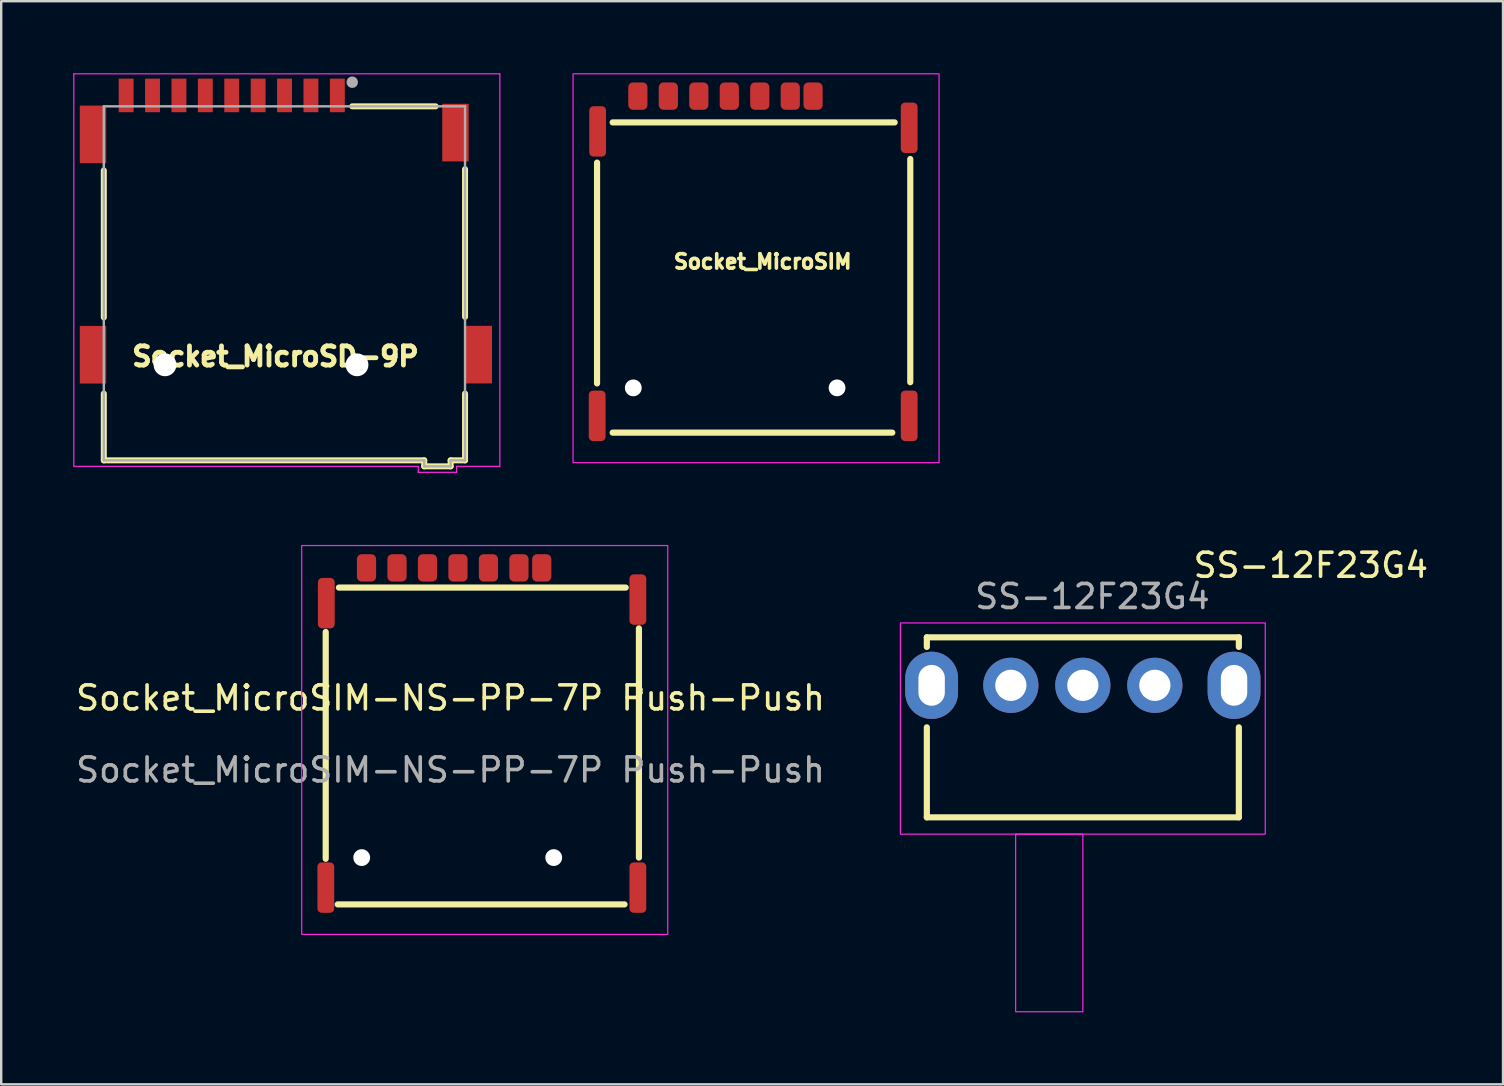
<source format=kicad_pcb>
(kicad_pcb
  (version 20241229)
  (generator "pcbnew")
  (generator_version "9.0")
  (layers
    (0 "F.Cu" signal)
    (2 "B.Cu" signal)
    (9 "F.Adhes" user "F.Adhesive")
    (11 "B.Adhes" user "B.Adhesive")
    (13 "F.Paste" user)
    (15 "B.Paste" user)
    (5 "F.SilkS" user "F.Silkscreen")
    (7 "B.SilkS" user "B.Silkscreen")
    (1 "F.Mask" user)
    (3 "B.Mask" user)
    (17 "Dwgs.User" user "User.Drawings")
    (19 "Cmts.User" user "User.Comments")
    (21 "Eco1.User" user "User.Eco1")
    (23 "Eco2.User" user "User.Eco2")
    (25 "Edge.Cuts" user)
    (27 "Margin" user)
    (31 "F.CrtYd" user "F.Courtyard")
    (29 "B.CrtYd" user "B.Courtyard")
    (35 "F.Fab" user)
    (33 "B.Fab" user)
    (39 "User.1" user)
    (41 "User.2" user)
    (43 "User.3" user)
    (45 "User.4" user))
  (footprint "SS-12F23G4"
    (layer "F.Cu")
    (at 42.065 25.503)
    (property "Reference" "SS-12F23G4" (at 9.5 -5 0) (unlocked yes) (layer "F.SilkS") (effects (font (size 1 1) (thickness 0.15))))
    (attr through_hole)
    (fp_line (start -6.5 -2) (end -6.5 -1.6) (stroke (width 0.257) (type solid)) (layer "F.SilkS"))
    (fp_line (start -6.5 -2) (end 6.5 -2) (stroke (width 0.257) (type solid)) (layer "F.SilkS"))
    (fp_line (start -6.5 5.5) (end -6.5 1.75) (stroke (width 0.257) (type solid)) (layer "F.SilkS"))
    (fp_line (start 6.5 -2) (end 6.5 -1.6) (stroke (width 0.257) (type solid)) (layer "F.SilkS"))
    (fp_line (start 6.5 1.75) (end 6.5 5.5) (stroke (width 0.257) (type solid)) (layer "F.SilkS"))
    (fp_line (start 6.5 5.5) (end -6.5 5.5) (stroke (width 0.257) (type solid)) (layer "F.SilkS"))
    (fp_rect (start -7.6 -2.6) (end 7.6 6.2) (stroke (width 0.05) (type solid)) (fill no) (layer "F.CrtYd"))
    (fp_rect (start -2.8 6.2) (end 0 13.6) (stroke (width 0.05) (type solid)) (fill no) (layer "F.CrtYd"))
    (fp_text user "${REFERENCE}" (at 0.4 -3.7 0) (unlocked yes) (layer "F.Fab") (effects (font (size 1 1) (thickness 0.15))))
    (pad "1" thru_hole circle (at -3 0) (size 2.3 2.3) (drill 1.3) (layers "*.Cu" "*.Mask"))
    (pad "2" thru_hole circle (at 0 0) (size 2.3 2.3) (drill 1.3) (layers "*.Cu" "*.Mask"))
    (pad "3" thru_hole circle (at 3 0) (size 2.3 2.3) (drill 1.3) (layers "*.Cu" "*.Mask"))
    (pad "S" thru_hole oval (at -6.3 0) (size 2.2 2.8) (drill oval 1.1 1.7) (layers "*.Cu" "*.Mask"))
    (pad "S" thru_hole oval (at 6.3 0) (size 2.2 2.8) (drill oval 1.1 1.7) (layers "*.Cu" "*.Mask")))
  (footprint "Socket_MicroSIM-NS-PP-7P Push-Push"
    (layer "F.Cu")
    (at 13.42 28.23)
    (property "Reference" "Socket_MicroSIM-NS-PP-7P Push-Push" (at 2.3 -2.2 0) (unlocked yes) (layer "F.SilkS") (effects (font (size 1 1) (thickness 0.15))))
    (attr smd)
    (fp_line (start -2.9 -4.95) (end -2.9 4.5) (stroke (width 0.257) (type solid)) (layer "F.SilkS"))
    (fp_line (start -2.4 6.4) (end 9.55 6.4) (stroke (width 0.257) (type solid)) (layer "F.SilkS"))
    (fp_line (start -2.35 -6.8) (end 9.6 -6.8) (stroke (width 0.257) (type solid)) (layer "F.SilkS"))
    (fp_line (start 10.15 -5.1) (end 10.15 4.45) (stroke (width 0.257) (type solid)) (layer "F.SilkS"))
    (fp_rect (start -3.9 -8.55) (end 11.35 7.65) (stroke (width 0.05) (type solid)) (fill no) (layer "F.CrtYd"))
    (fp_text user "${REFERENCE}" (at 2.3 0.8 0) (unlocked yes) (layer "F.Fab") (effects (font (size 1 1) (thickness 0.15))))
    (pad "" np_thru_hole circle (at -1.4 4.45) (size 0.7 0.7) (drill 1) (layers "*.Cu" "*.Mask"))
    (pad "" np_thru_hole circle (at 6.6 4.45) (size 0.7 0.7) (drill 1) (layers "*.Cu" "*.Mask"))
    (pad "C1" smd roundrect (at 3.88 -7.62 270) (size 1.14 0.8) (layers "F.Cu" "F.Mask" "F.Paste") (roundrect_rratio 0.25))
    (pad "C2" smd roundrect (at 1.34 -7.62 270) (size 1.14 0.8) (layers "F.Cu" "F.Mask" "F.Paste") (roundrect_rratio 0.25))
    (pad "C3" smd roundrect (at -1.2 -7.62 270) (size 1.14 0.8) (layers "F.Cu" "F.Mask" "F.Paste") (roundrect_rratio 0.25))
    (pad "C5" smd roundrect (at 5.15 -7.62 270) (size 1.14 0.8) (layers "F.Cu" "F.Mask" "F.Paste") (roundrect_rratio 0.25))
    (pad "C6" smd roundrect (at 2.61 -7.62 270) (size 1.14 0.8) (layers "F.Cu" "F.Mask" "F.Paste") (roundrect_rratio 0.25))
    (pad "C7" smd roundrect (at 0.07 -7.62 270) (size 1.14 0.8) (layers "F.Cu" "F.Mask" "F.Paste") (roundrect_rratio 0.25))
    (pad "CD" smd roundrect (at 6.1 -7.62 270) (size 1.14 0.8) (layers "F.Cu" "F.Mask" "F.Paste") (roundrect_rratio 0.25))
    (pad "S" smd roundrect (at -2.895 5.7) (size 0.7 2.1) (layers "F.Cu" "F.Mask" "F.Paste") (roundrect_rratio 0.25))
    (pad "S" smd roundrect (at -2.875 -6.15) (size 0.7 2.1) (layers "F.Cu" "F.Mask" "F.Paste") (roundrect_rratio 0.25))
    (pad "S" smd roundrect (at 10.105 -6.3) (size 0.7 2.1) (layers "F.Cu" "F.Mask" "F.Paste") (roundrect_rratio 0.25))
    (pad "S" smd roundrect (at 10.105 5.7) (size 0.7 2.1) (layers "F.Cu" "F.Mask" "F.Paste") (roundrect_rratio 0.25)))
  (footprint "Socket_MicroSIM"
    (layer "F.Cu")
    (at 28.725 8.35)
    (property "Reference" "Socket_MicroSIM" (at 0 -0.5 0) (unlocked yes) (layer "F.SilkS") (effects (font (size 0.6 0.6) (thickness 0.15))))
    (attr smd)
    (fp_line (start -6.9 -4.625) (end -6.9 4.575) (stroke (width 0.257) (type solid)) (layer "F.SilkS"))
    (fp_line (start -6.25 -6.3) (end 5.5 -6.3) (stroke (width 0.257) (type solid)) (layer "F.SilkS"))
    (fp_line (start -6.25 6.625) (end 5.4 6.625) (stroke (width 0.257) (type solid)) (layer "F.SilkS"))
    (fp_line (start 6.15 -4.775) (end 6.15 4.525) (stroke (width 0.257) (type solid)) (layer "F.SilkS"))
    (fp_rect (start -7.9 -8.325) (end 7.35 7.875) (stroke (width 0.05) (type solid)) (fill no) (layer "F.CrtYd"))
    (pad "" np_thru_hole circle (at -5.39 4.76) (size 0.7 0.7) (drill 1) (layers "*.Cu" "*.Mask"))
    (pad "" np_thru_hole circle (at 3.1 4.76) (size 0.7 0.7) (drill 1) (layers "*.Cu" "*.Mask"))
    (pad "C1" smd roundrect (at -0.12 -7.395 270) (size 1.14 0.8) (layers "F.Cu" "F.Mask" "F.Paste") (roundrect_rratio 0.25))
    (pad "C2" smd roundrect (at -2.66 -7.395 270) (size 1.14 0.8) (layers "F.Cu" "F.Mask" "F.Paste") (roundrect_rratio 0.25))
    (pad "C3" smd roundrect (at -5.2 -7.395 270) (size 1.14 0.8) (layers "F.Cu" "F.Mask" "F.Paste") (roundrect_rratio 0.25))
    (pad "C5" smd roundrect (at 1.15 -7.395 270) (size 1.14 0.8) (layers "F.Cu" "F.Mask" "F.Paste") (roundrect_rratio 0.25))
    (pad "C6" smd roundrect (at -1.39 -7.395 270) (size 1.14 0.8) (layers "F.Cu" "F.Mask" "F.Paste") (roundrect_rratio 0.25))
    (pad "C7" smd roundrect (at -3.93 -7.395 270) (size 1.14 0.8) (layers "F.Cu" "F.Mask" "F.Paste") (roundrect_rratio 0.25))
    (pad "CD" smd roundrect (at 2.1 -7.395 270) (size 1.14 0.8) (layers "F.Cu" "F.Mask" "F.Paste") (roundrect_rratio 0.25))
    (pad "S" smd roundrect (at -6.895 5.925) (size 0.7 2.1) (layers "F.Cu" "F.Mask" "F.Paste") (roundrect_rratio 0.25))
    (pad "S" smd roundrect (at -6.875 -5.925) (size 0.7 2.1) (layers "F.Cu" "F.Mask" "F.Paste") (roundrect_rratio 0.25))
    (pad "S" smd roundrect (at 6.105 -6.075) (size 0.7 2.1) (layers "F.Cu" "F.Mask" "F.Paste") (roundrect_rratio 0.25))
    (pad "S" smd roundrect (at 6.105 5.925) (size 0.7 2.1) (layers "F.Cu" "F.Mask" "F.Paste") (roundrect_rratio 0.25)))
  (footprint "Socket_MicroSD-9P"
    (layer "F.Cu")
    (at 8.425 12.15)
    (property "Reference" "Socket_MicroSD-9P" (at 0 -0.35 0) (layer "F.SilkS") (effects (font (size 0.8 0.8) (thickness 0.3))))
    (attr smd)
    (fp_line (start -7.15 -1.975) (end -7.15 -8.1) (stroke (width 0.25) (type solid)) (layer "F.SilkS"))
    (fp_line (start -7.15 3.98) (end -7.15 1.2) (stroke (width 0.25) (type solid)) (layer "F.SilkS"))
    (fp_line (start -7.15 3.98) (end 6.2 3.98) (stroke (width 0.25) (type solid)) (layer "F.SilkS"))
    (fp_line (start 3.2 -10.77) (end 6.675 -10.77) (stroke (width 0.25) (type solid)) (layer "F.SilkS"))
    (fp_line (start 6.2 3.98) (end 6.2 4.23) (stroke (width 0.25) (type solid)) (layer "F.SilkS"))
    (fp_line (start 6.2 4.23) (end 7.3 4.23) (stroke (width 0.25) (type solid)) (layer "F.SilkS"))
    (fp_line (start 7.3 3.98) (end 7.9 3.98) (stroke (width 0.25) (type solid)) (layer "F.SilkS"))
    (fp_line (start 7.3 4.23) (end 7.3 3.98) (stroke (width 0.25) (type solid)) (layer "F.SilkS"))
    (fp_line (start 7.9 -2) (end 7.9 -8.15) (stroke (width 0.25) (type solid)) (layer "F.SilkS"))
    (fp_line (start 7.9 3.98) (end 7.9 1.2) (stroke (width 0.25) (type solid)) (layer "F.SilkS"))
    (fp_line (start -8.4 -12.125) (end 9.35 -12.125) (stroke (width 0.05) (type solid)) (layer "F.CrtYd"))
    (fp_line (start -8.4 4.23) (end -8.4 -12.125) (stroke (width 0.05) (type solid)) (layer "F.CrtYd"))
    (fp_line (start -8.4 4.23) (end 5.95 4.23) (stroke (width 0.05) (type solid)) (layer "F.CrtYd"))
    (fp_line (start 5.95 4.23) (end 5.95 4.48) (stroke (width 0.05) (type solid)) (layer "F.CrtYd"))
    (fp_line (start 5.95 4.48) (end 7.55 4.48) (stroke (width 0.05) (type solid)) (layer "F.CrtYd"))
    (fp_line (start 7.55 4.23) (end 9.35 4.23) (stroke (width 0.05) (type solid)) (layer "F.CrtYd"))
    (fp_line (start 7.55 4.48) (end 7.55 4.23) (stroke (width 0.05) (type solid)) (layer "F.CrtYd"))
    (fp_line (start 9.35 -12.125) (end 9.35 4.23) (stroke (width 0.05) (type solid)) (layer "F.CrtYd"))
    (fp_line (start -7.15 -10.77) (end 7.9 -10.77) (stroke (width 0.1) (type solid)) (layer "F.Fab"))
    (fp_line (start -7.15 3.98) (end -7.15 -10.77) (stroke (width 0.1) (type solid)) (layer "F.Fab"))
    (fp_line (start -7.15 3.98) (end 6.2 3.98) (stroke (width 0.1) (type solid)) (layer "F.Fab"))
    (fp_line (start 6.2 3.98) (end 6.2 4.23) (stroke (width 0.1) (type solid)) (layer "F.Fab"))
    (fp_line (start 6.2 4.23) (end 7.3 4.23) (stroke (width 0.1) (type solid)) (layer "F.Fab"))
    (fp_line (start 7.3 3.98) (end 7.9 3.98) (stroke (width 0.1) (type solid)) (layer "F.Fab"))
    (fp_line (start 7.3 4.23) (end 7.3 3.98) (stroke (width 0.1) (type solid)) (layer "F.Fab"))
    (fp_line (start 7.9 3.98) (end 7.9 -10.77) (stroke (width 0.1) (type solid)) (layer "F.Fab"))
    (fp_circle (center 3.2 -11.775) (end 3.32 -11.775) (stroke (width 0.24) (type solid)) (fill no) (layer "F.Fab"))
    (pad "" np_thru_hole circle (at -4.6 0) (size 0.95 0.95) (drill 0.95) (layers "*.Cu" "*.Mask"))
    (pad "" np_thru_hole circle (at 3.4 0) (size 0.95 0.95) (drill 0.95) (layers "*.Cu" "*.Mask"))
    (pad "1" smd rect (at 2.58 -11.225) (size 0.62 1.4) (layers "F.Cu" "F.Mask" "F.Paste"))
    (pad "2" smd rect (at 1.48 -11.225) (size 0.62 1.4) (layers "F.Cu" "F.Mask" "F.Paste"))
    (pad "3" smd rect (at 0.38 -11.225) (size 0.62 1.4) (layers "F.Cu" "F.Mask" "F.Paste"))
    (pad "4" smd rect (at -0.72 -11.225) (size 0.62 1.4) (layers "F.Cu" "F.Mask" "F.Paste"))
    (pad "5" smd rect (at -1.82 -11.225) (size 0.62 1.4) (layers "F.Cu" "F.Mask" "F.Paste"))
    (pad "6" smd rect (at -2.92 -11.225) (size 0.62 1.4) (layers "F.Cu" "F.Mask" "F.Paste"))
    (pad "7" smd rect (at -4.02 -11.225) (size 0.62 1.4) (layers "F.Cu" "F.Mask" "F.Paste"))
    (pad "8" smd rect (at -5.12 -11.225) (size 0.62 1.4) (layers "F.Cu" "F.Mask" "F.Paste"))
    (pad "9" smd rect (at -6.22 -11.225) (size 0.62 1.4) (layers "F.Cu" "F.Mask" "F.Paste"))
    (pad "10" smd rect (at -7.6 -9.6) (size 1.1 2.4) (layers "F.Cu" "F.Mask" "F.Paste"))
    (pad "10" smd rect (at -7.6 -0.42) (size 1.1 2.4) (layers "F.Cu" "F.Mask" "F.Paste"))
    (pad "10" smd rect (at 7.5 -9.675) (size 1.1 2.4) (layers "F.Cu" "F.Mask" "F.Paste"))
    (pad "10" smd rect (at 8.475 -0.425) (size 1.1 2.4) (layers "F.Cu" "F.Mask" "F.Paste")))
  (gr_rect
    (start -3 -3)
    (end 59.571 42.128)
    (stroke (width 0.1) (type default))
    (fill no)
    (layer "Edge.Cuts")))
</source>
